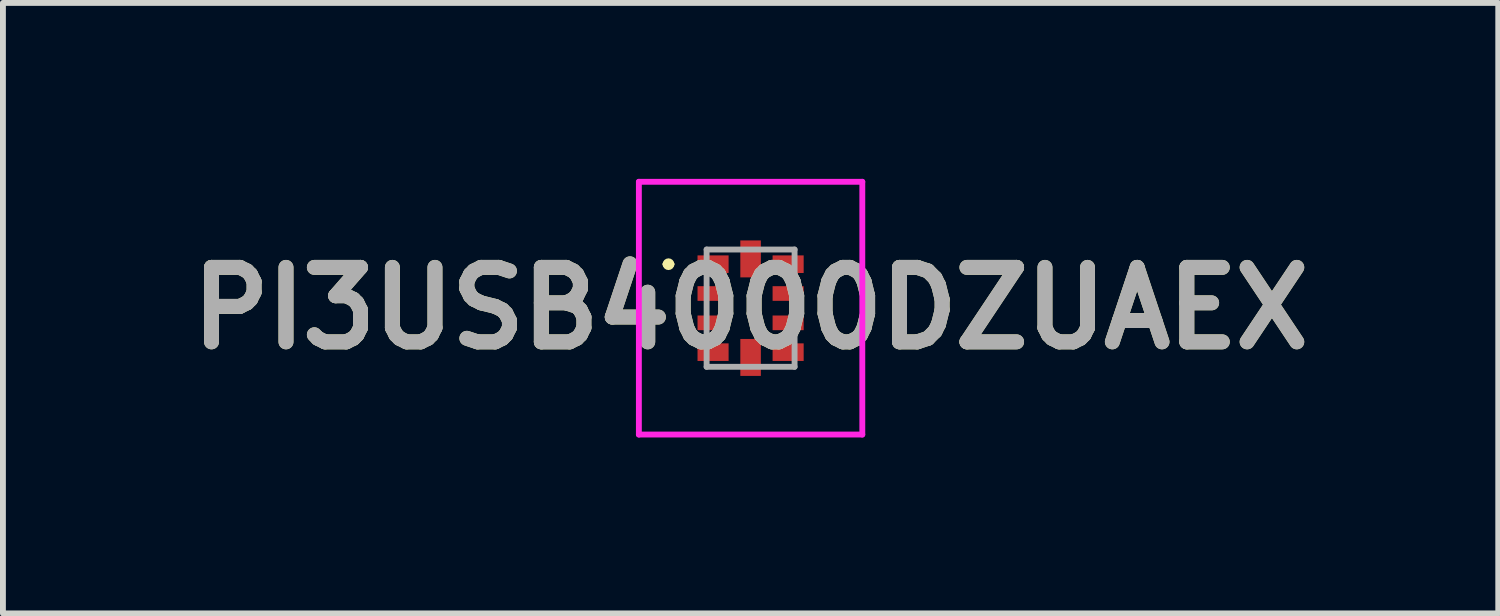
<source format=kicad_pcb>
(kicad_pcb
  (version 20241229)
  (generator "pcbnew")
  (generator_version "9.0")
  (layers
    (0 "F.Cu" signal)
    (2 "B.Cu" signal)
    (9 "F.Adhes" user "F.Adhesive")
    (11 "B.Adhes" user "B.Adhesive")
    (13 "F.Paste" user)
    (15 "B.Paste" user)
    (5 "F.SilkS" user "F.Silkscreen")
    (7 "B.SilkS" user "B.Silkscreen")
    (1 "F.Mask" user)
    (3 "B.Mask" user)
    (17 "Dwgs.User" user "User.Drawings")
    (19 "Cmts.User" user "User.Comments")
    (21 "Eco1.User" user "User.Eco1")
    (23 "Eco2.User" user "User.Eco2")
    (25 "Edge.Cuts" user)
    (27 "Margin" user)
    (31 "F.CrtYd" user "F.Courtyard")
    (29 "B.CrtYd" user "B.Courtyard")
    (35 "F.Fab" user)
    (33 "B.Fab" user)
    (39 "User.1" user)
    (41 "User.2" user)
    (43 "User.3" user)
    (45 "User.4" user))
  (footprint "PI3USB4000DZUAEX"
    (layer "F.Cu")
    (at 9.749 2.205)
    (property "Reference" "PI3USB4000DZUAEX" (at 0 0 0) (layer "F.SilkS") (effects (font (size 1.27 1.27) (thickness 0.254))))
    (attr smd)
    (fp_line (start -1.45 -0.75) (end -1.45 -0.75) (stroke (width 0.1) (type solid)) (layer "F.SilkS"))
    (fp_line (start -1.35 -0.75) (end -1.35 -0.75) (stroke (width 0.1) (type solid)) (layer "F.SilkS"))
    (fp_arc (start -1.45 -0.75) (mid -1.4 -0.8) (end -1.35 -0.75) (stroke (width 0.1) (type solid)) (layer "F.SilkS"))
    (fp_arc (start -1.35 -0.75) (mid -1.4 -0.7) (end -1.45 -0.75) (stroke (width 0.1) (type solid)) (layer "F.SilkS"))
    (fp_line (start -1.905 -2.155) (end 1.905 -2.155) (stroke (width 0.1) (type solid)) (layer "F.CrtYd"))
    (fp_line (start -1.905 2.155) (end -1.905 -2.155) (stroke (width 0.1) (type solid)) (layer "F.CrtYd"))
    (fp_line (start 1.905 -2.155) (end 1.905 2.155) (stroke (width 0.1) (type solid)) (layer "F.CrtYd"))
    (fp_line (start 1.905 2.155) (end -1.905 2.155) (stroke (width 0.1) (type solid)) (layer "F.CrtYd"))
    (fp_line (start -0.75 -1) (end 0.75 -1) (stroke (width 0.1) (type solid)) (layer "F.Fab"))
    (fp_line (start -0.75 1) (end -0.75 -1) (stroke (width 0.1) (type solid)) (layer "F.Fab"))
    (fp_line (start 0.75 -1) (end 0.75 1) (stroke (width 0.1) (type solid)) (layer "F.Fab"))
    (fp_line (start 0.75 1) (end -0.75 1) (stroke (width 0.1) (type solid)) (layer "F.Fab"))
    (fp_text user "${REFERENCE}" (at 0 0 0) (layer "F.Fab") (effects (font (size 1.27 1.27) (thickness 0.254))))
    (pad "1" smd rect (at -0.64 -0.75 90) (size 0.3 0.53) (layers "F.Cu" "F.Mask" "F.Paste"))
    (pad "2" smd rect (at -0.64 -0.25 90) (size 0.25 0.53) (layers "F.Cu" "F.Mask" "F.Paste"))
    (pad "3" smd rect (at -0.64 0.25 90) (size 0.25 0.53) (layers "F.Cu" "F.Mask" "F.Paste"))
    (pad "4" smd rect (at -0.64 0.75 90) (size 0.3 0.53) (layers "F.Cu" "F.Mask" "F.Paste"))
    (pad "5" smd rect (at 0 0.84) (size 0.35 0.63) (layers "F.Cu" "F.Mask" "F.Paste"))
    (pad "6" smd rect (at 0.64 0.75 90) (size 0.3 0.53) (layers "F.Cu" "F.Mask" "F.Paste"))
    (pad "7" smd rect (at 0.64 0.25 90) (size 0.25 0.53) (layers "F.Cu" "F.Mask" "F.Paste"))
    (pad "8" smd rect (at 0.64 -0.25 90) (size 0.25 0.53) (layers "F.Cu" "F.Mask" "F.Paste"))
    (pad "9" smd rect (at 0.64 -0.75 90) (size 0.3 0.53) (layers "F.Cu" "F.Mask" "F.Paste"))
    (pad "10" smd rect (at 0 -0.84) (size 0.35 0.63) (layers "F.Cu" "F.Mask" "F.Paste")))
  (gr_rect
    (start -3 -3)
    (end 22.498 7.41)
    (stroke (width 0.1) (type default))
    (fill no)
    (layer "Edge.Cuts")))
</source>
